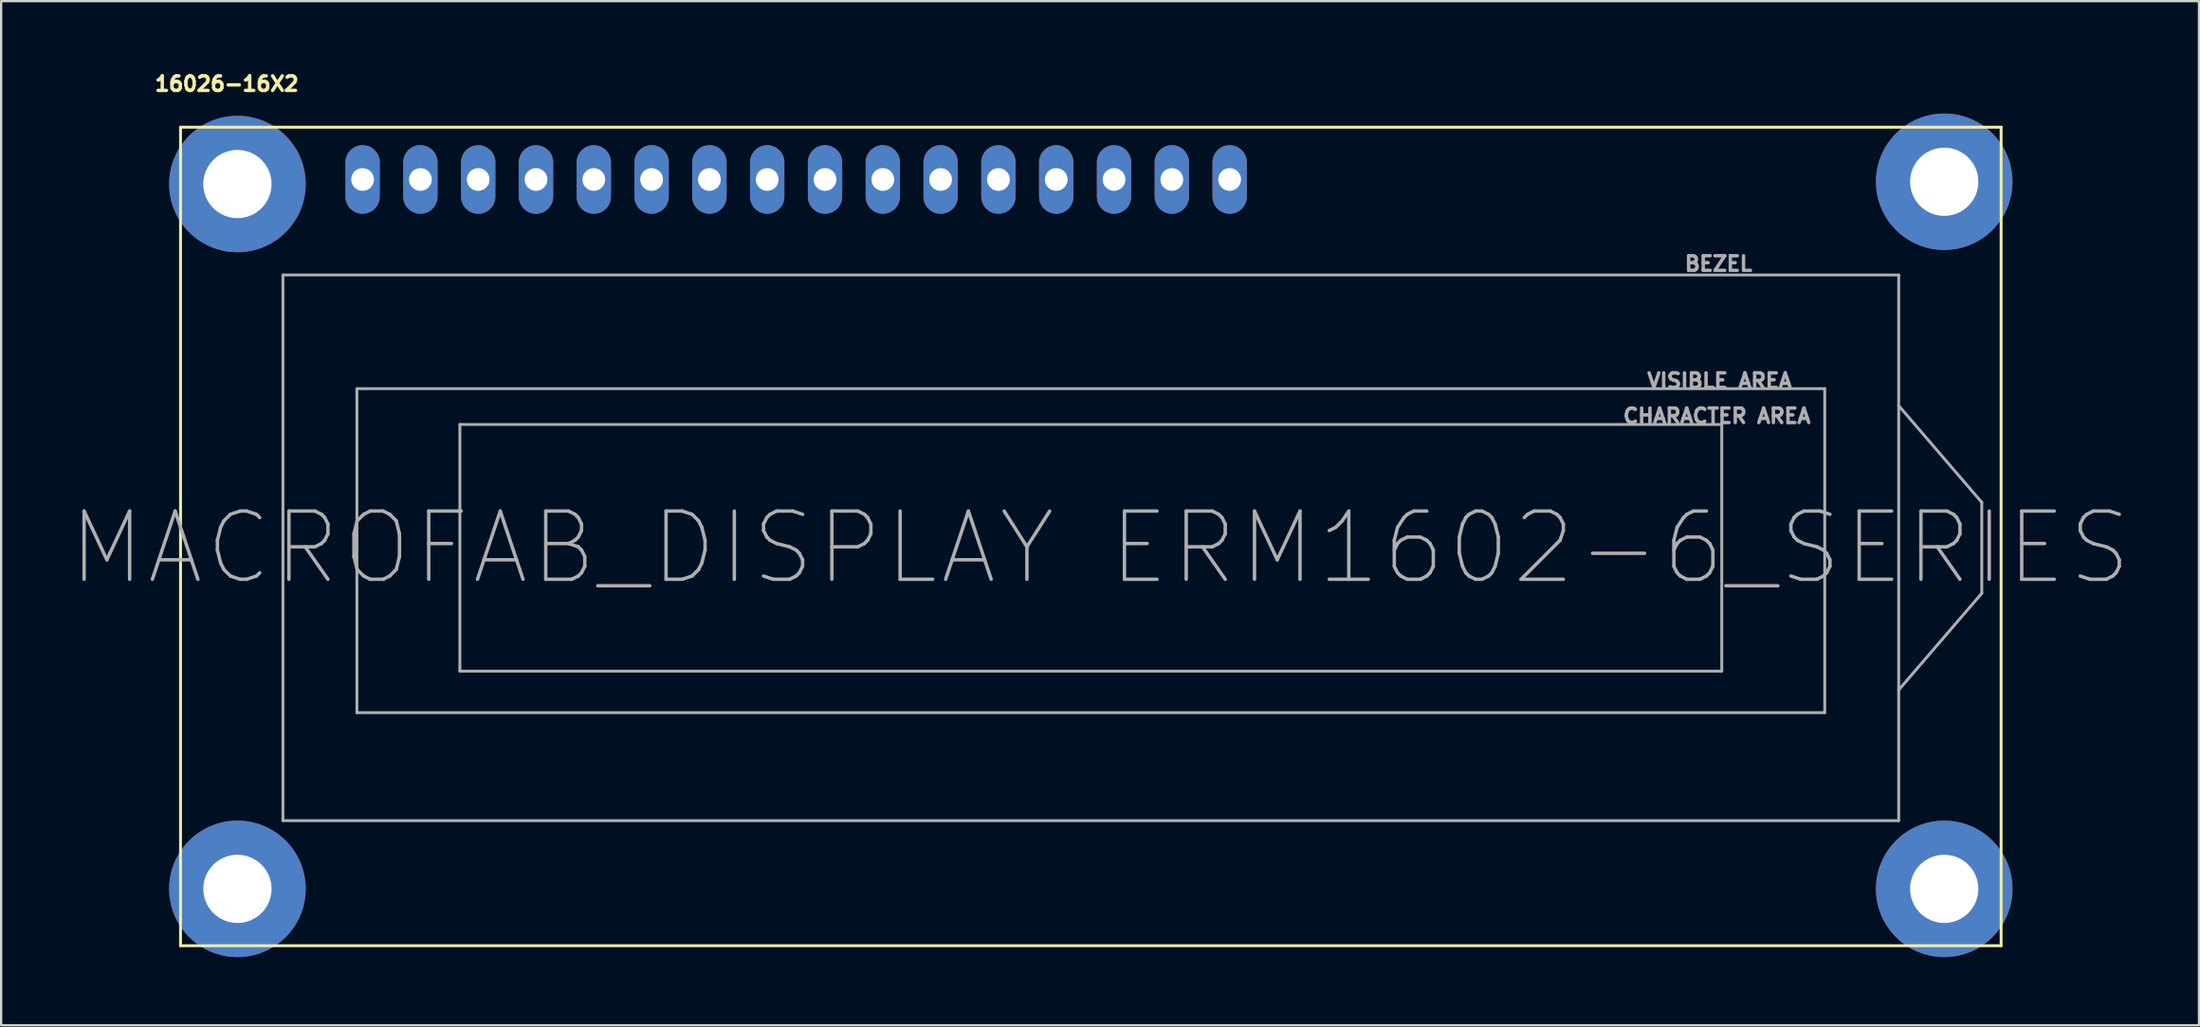
<source format=kicad_pcb>
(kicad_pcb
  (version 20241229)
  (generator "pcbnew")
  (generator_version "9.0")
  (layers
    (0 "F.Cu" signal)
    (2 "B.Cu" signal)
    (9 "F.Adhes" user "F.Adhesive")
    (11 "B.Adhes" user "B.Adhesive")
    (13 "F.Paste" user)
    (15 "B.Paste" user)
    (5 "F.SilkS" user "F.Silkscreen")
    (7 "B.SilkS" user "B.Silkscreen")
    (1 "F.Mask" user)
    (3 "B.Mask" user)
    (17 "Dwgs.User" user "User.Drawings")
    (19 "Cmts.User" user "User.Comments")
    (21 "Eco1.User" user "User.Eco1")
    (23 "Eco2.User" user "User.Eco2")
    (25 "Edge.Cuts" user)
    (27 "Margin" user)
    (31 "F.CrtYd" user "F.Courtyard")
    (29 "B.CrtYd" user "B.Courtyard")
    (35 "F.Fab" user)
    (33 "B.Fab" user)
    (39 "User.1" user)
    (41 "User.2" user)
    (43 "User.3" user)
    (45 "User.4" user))
  (footprint "16026-16X2"
    (layer "F.Cu")
    (at 4.883 2.544)
    (property "Reference" "16026-16X2" (at 2.032 -1.906 0) (layer "F.SilkS") (effects (font (size 0.64 0.64) (thickness 0.15))))
    (attr through_hole)
    (fp_line (start 0 0) (end 0 36) (stroke (width 0.127) (type solid)) (layer "F.SilkS"))
    (fp_line (start 0 0) (end 80 0) (stroke (width 0.127) (type solid)) (layer "F.SilkS"))
    (fp_line (start 0 36) (end 80 36) (stroke (width 0.127) (type solid)) (layer "F.SilkS"))
    (fp_line (start 80 36) (end 80 0) (stroke (width 0.127) (type solid)) (layer "F.SilkS"))
    (fp_line (start 4.5 6.5) (end 4.5 30.5) (stroke (width 0.127) (type solid)) (layer "F.Fab"))
    (fp_line (start 4.5 30.5) (end 75.5 30.5) (stroke (width 0.127) (type solid)) (layer "F.Fab"))
    (fp_line (start 7.75 11.5) (end 7.75 25.75) (stroke (width 0.127) (type solid)) (layer "F.Fab"))
    (fp_line (start 7.75 25.75) (end 72.25 25.75) (stroke (width 0.127) (type solid)) (layer "F.Fab"))
    (fp_line (start 12.275 13.075) (end 12.275 23.925) (stroke (width 0.127) (type solid)) (layer "F.Fab"))
    (fp_line (start 12.275 23.925) (end 67.725 23.925) (stroke (width 0.127) (type solid)) (layer "F.Fab"))
    (fp_line (start 67.725 13.075) (end 12.275 13.075) (stroke (width 0.127) (type solid)) (layer "F.Fab"))
    (fp_line (start 67.725 23.925) (end 67.725 13.075) (stroke (width 0.127) (type solid)) (layer "F.Fab"))
    (fp_line (start 72.25 11.5) (end 7.75 11.5) (stroke (width 0.127) (type solid)) (layer "F.Fab"))
    (fp_line (start 72.25 25.75) (end 72.25 11.5) (stroke (width 0.127) (type solid)) (layer "F.Fab"))
    (fp_line (start 75.5 6.5) (end 4.5 6.5) (stroke (width 0.127) (type solid)) (layer "F.Fab"))
    (fp_line (start 75.5 12.25) (end 75.5 6.5) (stroke (width 0.127) (type solid)) (layer "F.Fab"))
    (fp_line (start 75.5 12.25) (end 79.15 16.5) (stroke (width 0.127) (type solid)) (layer "F.Fab"))
    (fp_line (start 75.5 24.75) (end 75.5 12.25) (stroke (width 0.127) (type solid)) (layer "F.Fab"))
    (fp_line (start 75.5 30.5) (end 75.5 24.75) (stroke (width 0.127) (type solid)) (layer "F.Fab"))
    (fp_line (start 79.15 16.5) (end 79.15 20.5) (stroke (width 0.127) (type solid)) (layer "F.Fab"))
    (fp_line (start 79.15 20.5) (end 75.5 24.75) (stroke (width 0.127) (type solid)) (layer "F.Fab"))
    (fp_text user "CHARACTER AREA" (at 67.51 12.702 0) (layer "F.Fab") (effects (font (size 0.64 0.64) (thickness 0.15))))
    (fp_text user "MACROFAB_DISPLAY ERM1602-6_SERIES" (at 40.406 18.503 0) (layer "F.Fab") (effects (font (size 3 3) (thickness 0.15))))
    (fp_text user "VISIBLE AREA" (at 67.629 11.156 0) (layer "F.Fab") (effects (font (size 0.641 0.641) (thickness 0.15))))
    (fp_text user "BEZEL" (at 67.582 6.007 0) (layer "F.Fab") (effects (font (size 0.641 0.641) (thickness 0.15))))
    (pad "MNT1" thru_hole circle (at 2.5 2.5) (size 6 6) (drill 3) (layers "*.Cu" "*.Mask"))
    (pad "MNT2" thru_hole circle (at 77.5 2.4) (size 6 6) (drill 3) (layers "*.Cu" "*.Mask"))
    (pad "MNT3" thru_hole circle (at 2.5 33.5) (size 6 6) (drill 3) (layers "*.Cu" "*.Mask"))
    (pad "MNT4" thru_hole circle (at 77.5 33.5) (size 6 6) (drill 3) (layers "*.Cu" "*.Mask"))
    (pad "P$1" thru_hole oval (at 8 2.3) (size 1.508 3.016) (drill 1) (layers "*.Cu" "*.Mask"))
    (pad "P$2" thru_hole oval (at 10.54 2.3) (size 1.508 3.016) (drill 1) (layers "*.Cu" "*.Mask"))
    (pad "P$3" thru_hole oval (at 13.08 2.3) (size 1.508 3.016) (drill 1) (layers "*.Cu" "*.Mask"))
    (pad "P$4" thru_hole oval (at 15.62 2.3) (size 1.508 3.016) (drill 1) (layers "*.Cu" "*.Mask"))
    (pad "P$5" thru_hole oval (at 18.16 2.3) (size 1.508 3.016) (drill 1) (layers "*.Cu" "*.Mask"))
    (pad "P$6" thru_hole oval (at 20.7 2.3) (size 1.508 3.016) (drill 1) (layers "*.Cu" "*.Mask"))
    (pad "P$7" thru_hole oval (at 23.24 2.3) (size 1.508 3.016) (drill 1) (layers "*.Cu" "*.Mask"))
    (pad "P$8" thru_hole oval (at 25.78 2.3) (size 1.508 3.016) (drill 1) (layers "*.Cu" "*.Mask"))
    (pad "P$9" thru_hole oval (at 28.32 2.3) (size 1.508 3.016) (drill 1) (layers "*.Cu" "*.Mask"))
    (pad "P$10" thru_hole oval (at 30.86 2.3) (size 1.508 3.016) (drill 1) (layers "*.Cu" "*.Mask"))
    (pad "P$11" thru_hole oval (at 33.4 2.3) (size 1.508 3.016) (drill 1) (layers "*.Cu" "*.Mask"))
    (pad "P$12" thru_hole oval (at 35.94 2.3) (size 1.508 3.016) (drill 1) (layers "*.Cu" "*.Mask"))
    (pad "P$13" thru_hole oval (at 38.48 2.3) (size 1.508 3.016) (drill 1) (layers "*.Cu" "*.Mask"))
    (pad "P$14" thru_hole oval (at 41.02 2.3) (size 1.508 3.016) (drill 1) (layers "*.Cu" "*.Mask"))
    (pad "P$15" thru_hole oval (at 43.56 2.3) (size 1.508 3.016) (drill 1) (layers "*.Cu" "*.Mask"))
    (pad "P$16" thru_hole oval (at 46.1 2.3) (size 1.508 3.016) (drill 1) (layers "*.Cu" "*.Mask")))
  (gr_rect
    (start -3 -3)
    (end 93.578 42.044)
    (stroke (width 0.1) (type default))
    (fill no)
    (layer "Edge.Cuts")))
</source>
